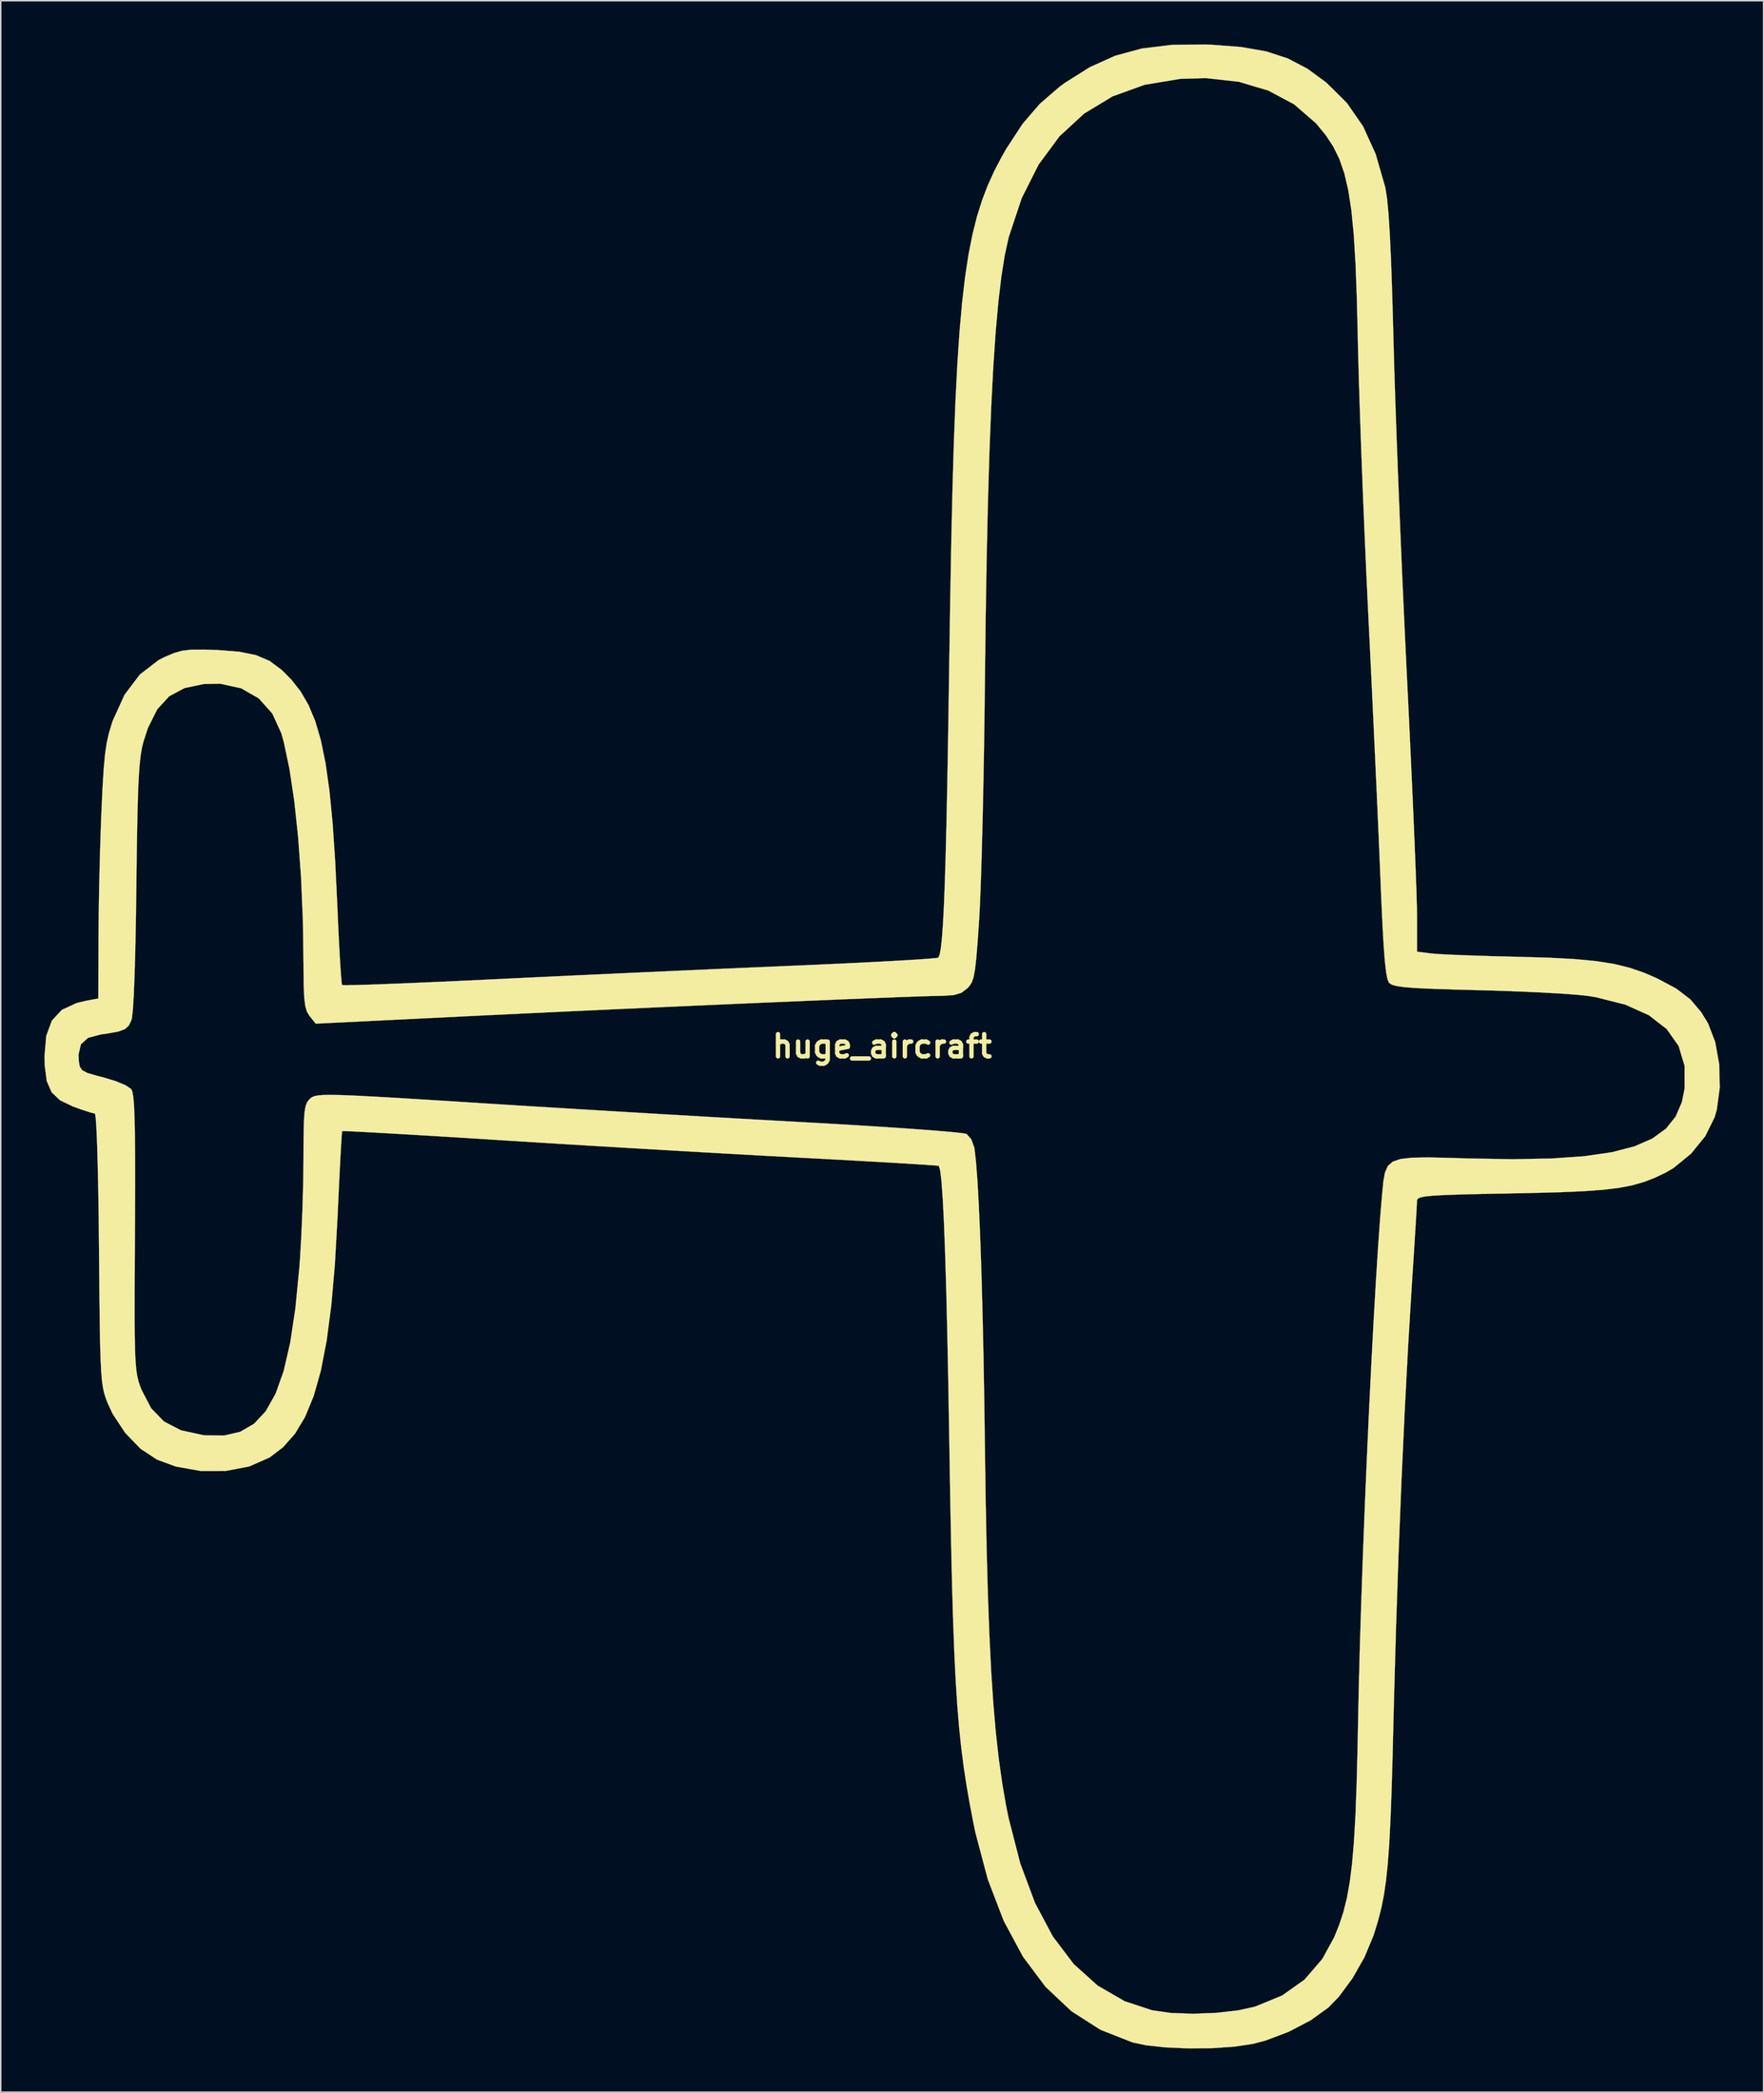
<source format=kicad_pcb>
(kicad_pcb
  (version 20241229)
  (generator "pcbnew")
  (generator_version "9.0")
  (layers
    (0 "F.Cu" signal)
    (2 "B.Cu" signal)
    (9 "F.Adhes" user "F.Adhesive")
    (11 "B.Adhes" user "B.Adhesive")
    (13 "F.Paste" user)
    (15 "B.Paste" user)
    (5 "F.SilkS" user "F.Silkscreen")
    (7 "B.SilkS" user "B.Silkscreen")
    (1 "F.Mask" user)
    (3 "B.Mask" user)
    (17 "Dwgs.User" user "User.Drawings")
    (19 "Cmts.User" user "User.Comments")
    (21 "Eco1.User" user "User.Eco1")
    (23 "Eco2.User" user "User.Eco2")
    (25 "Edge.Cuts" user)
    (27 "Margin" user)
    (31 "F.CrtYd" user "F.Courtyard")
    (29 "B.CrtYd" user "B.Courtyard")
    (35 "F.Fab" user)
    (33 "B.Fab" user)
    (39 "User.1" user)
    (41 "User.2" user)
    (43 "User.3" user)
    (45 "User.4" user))
  (footprint "huge_aircraft"
    (layer "F.Cu")
    (at 57.501 68.769)
    (property "Reference" "huge_aircraft" (at 0 0 0) (layer "F.SilkS") (effects (font (size 1.524 1.524) (thickness 0.3))))
    (attr through_hole)
    (fp_poly (pts (xy 22.574 -68.751) (xy 24.645 -68.594) (xy 26.37 -68.29) (xy 27.848 -67.807) (xy 29.181 -67.11) (xy 30.469 -66.167) (xy 30.499 -66.141) (xy 31.899 -64.755) (xy 33.011 -63.149) (xy 33.873 -61.254) (xy 34.523 -59.002) (xy 34.549 -58.882) (xy 34.656 -58.209) (xy 34.754 -57.18) (xy 34.845 -55.776) (xy 34.929 -53.976) (xy 35.008 -51.759) (xy 35.082 -49.105) (xy 35.098 -48.491) (xy 35.152 -46.531) (xy 35.228 -44.191) (xy 35.322 -41.551) (xy 35.431 -38.693) (xy 35.553 -35.697) (xy 35.683 -32.645) (xy 35.819 -29.617) (xy 35.957 -26.694) (xy 36.014 -25.528) (xy 36.141 -22.937) (xy 36.26 -20.418) (xy 36.37 -18.02) (xy 36.469 -15.792) (xy 36.554 -13.783) (xy 36.623 -12.043) (xy 36.674 -10.621) (xy 36.705 -9.567) (xy 36.715 -8.974) (xy 36.715 -6.494) (xy 37.696 -6.372) (xy 38.22 -6.33) (xy 39.12 -6.284) (xy 40.312 -6.237) (xy 41.708 -6.192) (xy 43.226 -6.153) (xy 43.642 -6.144) (xy 45.793 -6.081) (xy 47.559 -5.986) (xy 49.017 -5.848) (xy 50.244 -5.653) (xy 51.315 -5.39) (xy 52.308 -5.048) (xy 53.204 -4.659) (xy 54.503 -3.966) (xy 55.468 -3.231) (xy 56.222 -2.343) (xy 56.688 -1.578) (xy 57.182 -0.298) (xy 57.455 1.226) (xy 57.496 2.827) (xy 57.293 4.337) (xy 57.145 4.863) (xy 56.502 6.167) (xy 55.516 7.378) (xy 54.307 8.365) (xy 53.758 8.681) (xy 53.014 9.034) (xy 52.276 9.318) (xy 51.482 9.544) (xy 50.57 9.718) (xy 49.479 9.85) (xy 48.145 9.947) (xy 46.507 10.018) (xy 44.503 10.071) (xy 43.238 10.096) (xy 41.32 10.132) (xy 39.815 10.167) (xy 38.674 10.206) (xy 37.849 10.25) (xy 37.289 10.305) (xy 36.946 10.373) (xy 36.771 10.46) (xy 36.715 10.567) (xy 36.714 10.59) (xy 36.699 10.922) (xy 36.658 11.644) (xy 36.594 12.684) (xy 36.513 13.971) (xy 36.419 15.432) (xy 36.371 16.164) (xy 36.113 20.406) (xy 35.869 25.013) (xy 35.644 29.886) (xy 35.443 34.928) (xy 35.269 40.041) (xy 35.126 45.128) (xy 35.097 46.297) (xy 35.031 48.983) (xy 34.963 51.257) (xy 34.889 53.171) (xy 34.805 54.776) (xy 34.706 56.122) (xy 34.587 57.26) (xy 34.444 58.242) (xy 34.271 59.117) (xy 34.064 59.938) (xy 33.818 60.753) (xy 33.718 61.059) (xy 33.105 62.53) (xy 32.282 63.976) (xy 31.348 65.241) (xy 30.626 65.984) (xy 29.407 66.86) (xy 27.907 67.644) (xy 26.312 68.248) (xy 25.428 68.479) (xy 24.161 68.668) (xy 22.652 68.769) (xy 21.046 68.786) (xy 19.485 68.719) (xy 18.113 68.57) (xy 17.203 68.38) (xy 14.988 67.509) (xy 12.991 66.233) (xy 11.215 64.559) (xy 9.665 62.489) (xy 8.343 60.029) (xy 7.252 57.184) (xy 6.397 53.957) (xy 6.257 53.281) (xy 6.006 51.965) (xy 5.785 50.692) (xy 5.592 49.422) (xy 5.425 48.112) (xy 5.28 46.72) (xy 5.155 45.205) (xy 5.047 43.525) (xy 4.954 41.638) (xy 4.873 39.502) (xy 4.801 37.076) (xy 4.737 34.318) (xy 4.676 31.185) (xy 4.617 27.637) (xy 4.611 27.247) (xy 4.544 23.299) (xy 4.474 19.812) (xy 4.4 16.784) (xy 4.323 14.214) (xy 4.243 12.102) (xy 4.158 10.446) (xy 4.071 9.246) (xy 3.979 8.499) (xy 3.888 8.208) (xy 3.648 8.182) (xy 2.996 8.135) (xy 1.979 8.07) (xy 0.646 7.99) (xy -0.955 7.899) (xy -2.774 7.797) (xy -4.764 7.69) (xy -5.773 7.637) (xy -8.199 7.506) (xy -10.967 7.352) (xy -13.961 7.181) (xy -17.063 7) (xy -20.153 6.816) (xy -23.116 6.636) (xy -25.832 6.467) (xy -26.181 6.445) (xy -28.367 6.307) (xy -30.408 6.181) (xy -32.259 6.07) (xy -33.874 5.976) (xy -35.207 5.902) (xy -36.213 5.85) (xy -36.848 5.822) (xy -37.064 5.822) (xy -37.09 6.061) (xy -37.132 6.699) (xy -37.187 7.673) (xy -37.251 8.921) (xy -37.32 10.381) (xy -37.38 11.691) (xy -37.563 14.946) (xy -37.809 17.772) (xy -38.128 20.203) (xy -38.528 22.27) (xy -39.018 24.003) (xy -39.607 25.434) (xy -40.303 26.595) (xy -41.117 27.517) (xy -42.046 28.225) (xy -43.433 28.837) (xy -45.048 29.147) (xy -46.771 29.151) (xy -48.479 28.847) (xy -49.767 28.375) (xy -50.903 27.627) (xy -51.955 26.539) (xy -52.819 25.231) (xy -53.155 24.51) (xy -53.286 24.171) (xy -53.394 23.835) (xy -53.48 23.453) (xy -53.55 22.978) (xy -53.603 22.362) (xy -53.645 21.556) (xy -53.677 20.513) (xy -53.702 19.183) (xy -53.722 17.519) (xy -53.742 15.473) (xy -53.755 13.912) (xy -53.777 11.785) (xy -53.807 9.854) (xy -53.844 8.16) (xy -53.885 6.748) (xy -53.931 5.659) (xy -53.979 4.938) (xy -54.028 4.627) (xy -54.038 4.618) (xy -54.352 4.542) (xy -54.953 4.346) (xy -55.547 4.131) (xy -56.427 3.707) (xy -57.008 3.157) (xy -57.343 2.388) (xy -57.483 1.307) (xy -57.496 0.677) (xy -57.488 0.58) (xy -55.162 0.58) (xy -55.143 0.992) (xy -55.08 1.382) (xy -54.916 1.638) (xy -54.55 1.831) (xy -53.881 2.027) (xy -53.455 2.134) (xy -52.61 2.389) (xy -51.925 2.676) (xy -51.544 2.934) (xy -51.537 2.943) (xy -51.46 3.136) (xy -51.397 3.514) (xy -51.348 4.112) (xy -51.313 4.968) (xy -51.29 6.121) (xy -51.278 7.607) (xy -51.276 9.464) (xy -51.283 11.73) (xy -51.289 12.815) (xy -51.302 15.158) (xy -51.309 17.086) (xy -51.31 18.648) (xy -51.301 19.89) (xy -51.281 20.861) (xy -51.247 21.607) (xy -51.199 22.176) (xy -51.133 22.616) (xy -51.048 22.975) (xy -50.943 23.298) (xy -50.838 23.572) (xy -50.176 24.842) (xy -49.293 25.756) (xy -48.132 26.355) (xy -46.633 26.682) (xy -46.453 26.702) (xy -45.178 26.717) (xy -44.07 26.462) (xy -43.119 25.913) (xy -42.311 25.049) (xy -41.635 23.847) (xy -41.079 22.283) (xy -40.63 20.336) (xy -40.276 17.982) (xy -40.005 15.199) (xy -39.957 14.547) (xy -39.867 13) (xy -39.792 11.205) (xy -39.741 9.376) (xy -39.719 7.726) (xy -39.719 7.598) (xy -39.713 6.219) (xy -39.693 5.227) (xy -39.65 4.545) (xy -39.575 4.1) (xy -39.459 3.816) (xy -39.296 3.617) (xy -39.267 3.59) (xy -39.147 3.498) (xy -38.983 3.426) (xy -38.737 3.373) (xy -38.368 3.342) (xy -37.837 3.333) (xy -37.105 3.348) (xy -36.131 3.386) (xy -34.877 3.451) (xy -33.303 3.541) (xy -31.369 3.66) (xy -29.036 3.806) (xy -27.548 3.901) (xy -24.772 4.075) (xy -21.687 4.264) (xy -18.417 4.461) (xy -15.087 4.658) (xy -11.819 4.848) (xy -8.739 5.024) (xy -5.97 5.178) (xy -5.449 5.206) (xy -3.246 5.33) (xy -1.176 5.454) (xy 0.715 5.576) (xy 2.377 5.691) (xy 3.765 5.796) (xy 4.83 5.888) (xy 5.525 5.964) (xy 5.798 6.017) (xy 6.124 6.389) (xy 6.332 6.975) (xy 6.334 6.988) (xy 6.438 7.874) (xy 6.539 9.189) (xy 6.635 10.902) (xy 6.726 12.98) (xy 6.81 15.392) (xy 6.886 18.104) (xy 6.953 21.086) (xy 7.01 24.304) (xy 7.047 27.016) (xy 7.103 30.967) (xy 7.173 34.495) (xy 7.258 37.637) (xy 7.362 40.434) (xy 7.486 42.922) (xy 7.633 45.14) (xy 7.806 47.127) (xy 8.007 48.921) (xy 8.238 50.561) (xy 8.501 52.085) (xy 8.679 52.971) (xy 9.483 56.094) (xy 10.496 58.805) (xy 11.719 61.105) (xy 13.151 62.995) (xy 14.793 64.474) (xy 16.645 65.545) (xy 18.531 66.168) (xy 19.807 66.35) (xy 21.344 66.407) (xy 22.96 66.343) (xy 24.475 66.167) (xy 25.595 65.918) (xy 27.458 65.151) (xy 28.995 64.061) (xy 30.221 62.634) (xy 31.029 61.152) (xy 31.37 60.308) (xy 31.659 59.429) (xy 31.899 58.467) (xy 32.096 57.372) (xy 32.256 56.097) (xy 32.385 54.591) (xy 32.487 52.805) (xy 32.567 50.69) (xy 32.632 48.197) (xy 32.671 46.182) (xy 32.726 43.598) (xy 32.803 40.761) (xy 32.9 37.73) (xy 33.013 34.566) (xy 33.14 31.328) (xy 33.279 28.076) (xy 33.426 24.871) (xy 33.579 21.772) (xy 33.735 18.84) (xy 33.891 16.133) (xy 34.045 13.712) (xy 34.193 11.638) (xy 34.325 10.069) (xy 34.403 9.275) (xy 34.511 8.667) (xy 34.705 8.223) (xy 35.041 7.92) (xy 35.575 7.735) (xy 36.363 7.645) (xy 37.463 7.626) (xy 38.93 7.657) (xy 40.156 7.695) (xy 43.251 7.749) (xy 45.92 7.702) (xy 48.189 7.545) (xy 50.085 7.27) (xy 51.635 6.87) (xy 52.864 6.334) (xy 53.799 5.655) (xy 54.466 4.824) (xy 54.893 3.833) (xy 55.078 2.92) (xy 55.08 1.346) (xy 54.67 -0.022) (xy 53.852 -1.182) (xy 52.632 -2.129) (xy 51.012 -2.859) (xy 48.997 -3.368) (xy 48.47 -3.455) (xy 47.754 -3.532) (xy 46.664 -3.613) (xy 45.288 -3.691) (xy 43.714 -3.762) (xy 42.032 -3.822) (xy 40.934 -3.852) (xy 39.101 -3.901) (xy 37.677 -3.948) (xy 36.608 -4) (xy 35.841 -4.06) (xy 35.322 -4.134) (xy 34.998 -4.224) (xy 34.815 -4.337) (xy 34.79 -4.364) (xy 34.686 -4.6) (xy 34.593 -5.079) (xy 34.506 -5.841) (xy 34.423 -6.925) (xy 34.341 -8.369) (xy 34.256 -10.215) (xy 34.206 -11.43) (xy 34.138 -13.086) (xy 34.05 -15.119) (xy 33.946 -17.444) (xy 33.83 -19.975) (xy 33.707 -22.628) (xy 33.579 -25.319) (xy 33.451 -27.962) (xy 33.367 -29.672) (xy 33.243 -32.271) (xy 33.122 -35.004) (xy 33.006 -37.782) (xy 32.9 -40.515) (xy 32.807 -43.112) (xy 32.73 -45.483) (xy 32.673 -47.538) (xy 32.649 -48.606) (xy 32.582 -51.37) (xy 32.493 -53.719) (xy 32.372 -55.702) (xy 32.21 -57.364) (xy 31.997 -58.754) (xy 31.725 -59.918) (xy 31.384 -60.904) (xy 30.964 -61.76) (xy 30.457 -62.531) (xy 29.854 -63.266) (xy 29.749 -63.382) (xy 28.276 -64.657) (xy 26.506 -65.602) (xy 24.477 -66.206) (xy 22.229 -66.456) (xy 20.462 -66.406) (xy 18.012 -65.997) (xy 15.81 -65.2) (xy 13.861 -64.02) (xy 12.171 -62.461) (xy 10.743 -60.527) (xy 9.582 -58.223) (xy 8.694 -55.554) (xy 8.672 -55.466) (xy 8.416 -54.3) (xy 8.186 -52.854) (xy 7.978 -51.11) (xy 7.793 -49.05) (xy 7.63 -46.655) (xy 7.487 -43.907) (xy 7.364 -40.787) (xy 7.259 -37.277) (xy 7.172 -33.358) (xy 7.101 -29.012) (xy 7.053 -24.938) (xy 7.023 -22.447) (xy 6.985 -19.96) (xy 6.94 -17.543) (xy 6.889 -15.258) (xy 6.834 -13.172) (xy 6.777 -11.348) (xy 6.719 -9.851) (xy 6.662 -8.745) (xy 6.657 -8.665) (xy 6.554 -7.172) (xy 6.465 -6.069) (xy 6.376 -5.286) (xy 6.276 -4.75) (xy 6.153 -4.391) (xy 5.994 -4.139) (xy 5.857 -3.989) (xy 5.438 -3.67) (xy 4.9 -3.51) (xy 4.081 -3.461) (xy 3.994 -3.461) (xy 3.398 -3.45) (xy 2.385 -3.418) (xy 0.995 -3.368) (xy -0.727 -3.302) (xy -2.739 -3.222) (xy -4.998 -3.128) (xy -7.462 -3.024) (xy -10.087 -2.911) (xy -12.831 -2.79) (xy -15.65 -2.665) (xy -18.502 -2.535) (xy -21.344 -2.405) (xy -24.134 -2.274) (xy -26.828 -2.145) (xy -28.732 -2.052) (xy -38.877 -1.554) (xy -39.297 -2.073) (xy -39.473 -2.352) (xy -39.592 -2.736) (xy -39.667 -3.309) (xy -39.705 -4.157) (xy -39.718 -5.365) (xy -39.718 -5.625) (xy -39.763 -8.67) (xy -39.887 -11.596) (xy -40.086 -14.342) (xy -40.353 -16.844) (xy -40.682 -19.038) (xy -41.067 -20.861) (xy -41.234 -21.468) (xy -41.858 -22.839) (xy -42.792 -23.882) (xy -43.998 -24.573) (xy -45.435 -24.886) (xy -46.56 -24.868) (xy -47.887 -24.589) (xy -48.936 -24.027) (xy -49.755 -23.134) (xy -50.391 -21.866) (xy -50.708 -20.897) (xy -50.814 -20.457) (xy -50.901 -19.924) (xy -50.973 -19.249) (xy -51.032 -18.383) (xy -51.079 -17.275) (xy -51.118 -15.875) (xy -51.15 -14.135) (xy -51.179 -12.003) (xy -51.191 -10.968) (xy -51.223 -8.645) (xy -51.264 -6.603) (xy -51.314 -4.875) (xy -51.37 -3.494) (xy -51.433 -2.494) (xy -51.5 -1.909) (xy -51.529 -1.797) (xy -51.712 -1.42) (xy -51.978 -1.175) (xy -52.436 -1.01) (xy -53.197 -0.874) (xy -53.628 -0.814) (xy -54.506 -0.581) (xy -54.999 -0.138) (xy -55.162 0.58) (xy -57.488 0.58) (xy -57.376 -0.72) (xy -56.992 -1.763) (xy -56.31 -2.498) (xy -55.294 -2.971) (xy -54.66 -3.123) (xy -53.802 -3.284) (xy -53.791 -7.473) (xy -53.775 -9.181) (xy -53.74 -11.161) (xy -53.688 -13.221) (xy -53.626 -15.17) (xy -53.586 -16.169) (xy -53.51 -17.803) (xy -53.432 -19.063) (xy -53.342 -20.037) (xy -53.229 -20.813) (xy -53.081 -21.478) (xy -52.888 -22.121) (xy -52.809 -22.356) (xy -52.001 -24.134) (xy -50.953 -25.519) (xy -49.665 -26.51) (xy -49.239 -26.727) (xy -48.614 -26.991) (xy -48.055 -27.151) (xy -47.423 -27.226) (xy -46.58 -27.233) (xy -45.644 -27.203) (xy -44.143 -27.088) (xy -42.981 -26.852) (xy -42.041 -26.449) (xy -41.206 -25.83) (xy -40.55 -25.167) (xy -39.916 -24.361) (xy -39.373 -23.425) (xy -38.912 -22.318) (xy -38.525 -20.999) (xy -38.204 -19.425) (xy -37.939 -17.556) (xy -37.723 -15.349) (xy -37.547 -12.763) (xy -37.405 -9.833) (xy -37.337 -8.284) (xy -37.268 -6.895) (xy -37.202 -5.729) (xy -37.143 -4.851) (xy -37.095 -4.327) (xy -37.071 -4.205) (xy -36.826 -4.194) (xy -36.166 -4.205) (xy -35.139 -4.236) (xy -33.79 -4.285) (xy -32.167 -4.35) (xy -30.317 -4.43) (xy -28.286 -4.523) (xy -26.622 -4.603) (xy -23.95 -4.731) (xy -20.972 -4.871) (xy -17.816 -5.016) (xy -14.615 -5.161) (xy -11.498 -5.3) (xy -8.594 -5.427) (xy -6.284 -5.525) (xy -4.18 -5.616) (xy -2.22 -5.707) (xy -0.452 -5.795) (xy 1.077 -5.878) (xy 2.318 -5.952) (xy 3.223 -6.015) (xy 3.745 -6.065) (xy 3.856 -6.088) (xy 3.945 -6.29) (xy 4.028 -6.725) (xy 4.104 -7.414) (xy 4.174 -8.38) (xy 4.24 -9.644) (xy 4.302 -11.228) (xy 4.361 -13.155) (xy 4.418 -15.447) (xy 4.473 -18.125) (xy 4.527 -21.212) (xy 4.582 -24.73) (xy 4.605 -26.324) (xy 4.673 -30.728) (xy 4.746 -34.699) (xy 4.828 -38.266) (xy 4.923 -41.458) (xy 5.033 -44.304) (xy 5.162 -46.833) (xy 5.313 -49.073) (xy 5.489 -51.054) (xy 5.693 -52.804) (xy 5.929 -54.352) (xy 6.2 -55.727) (xy 6.509 -56.959) (xy 6.859 -58.075) (xy 7.253 -59.105) (xy 7.695 -60.078) (xy 8.188 -61.023) (xy 8.537 -61.634) (xy 9.643 -63.322) (xy 10.816 -64.687) (xy 12.178 -65.864) (xy 12.547 -66.134) (xy 14.261 -67.212) (xy 15.985 -67.989) (xy 17.819 -68.489) (xy 19.86 -68.739) (xy 22.208 -68.764) (xy 22.574 -68.751)) (stroke (width 0.01) (type solid)) (fill yes) (layer "F.SilkS")))
  (gr_rect
    (start -3 -3)
    (end 118.003 140.56)
    (stroke (width 0.1) (type default))
    (fill no)
    (layer "Edge.Cuts")))
</source>
